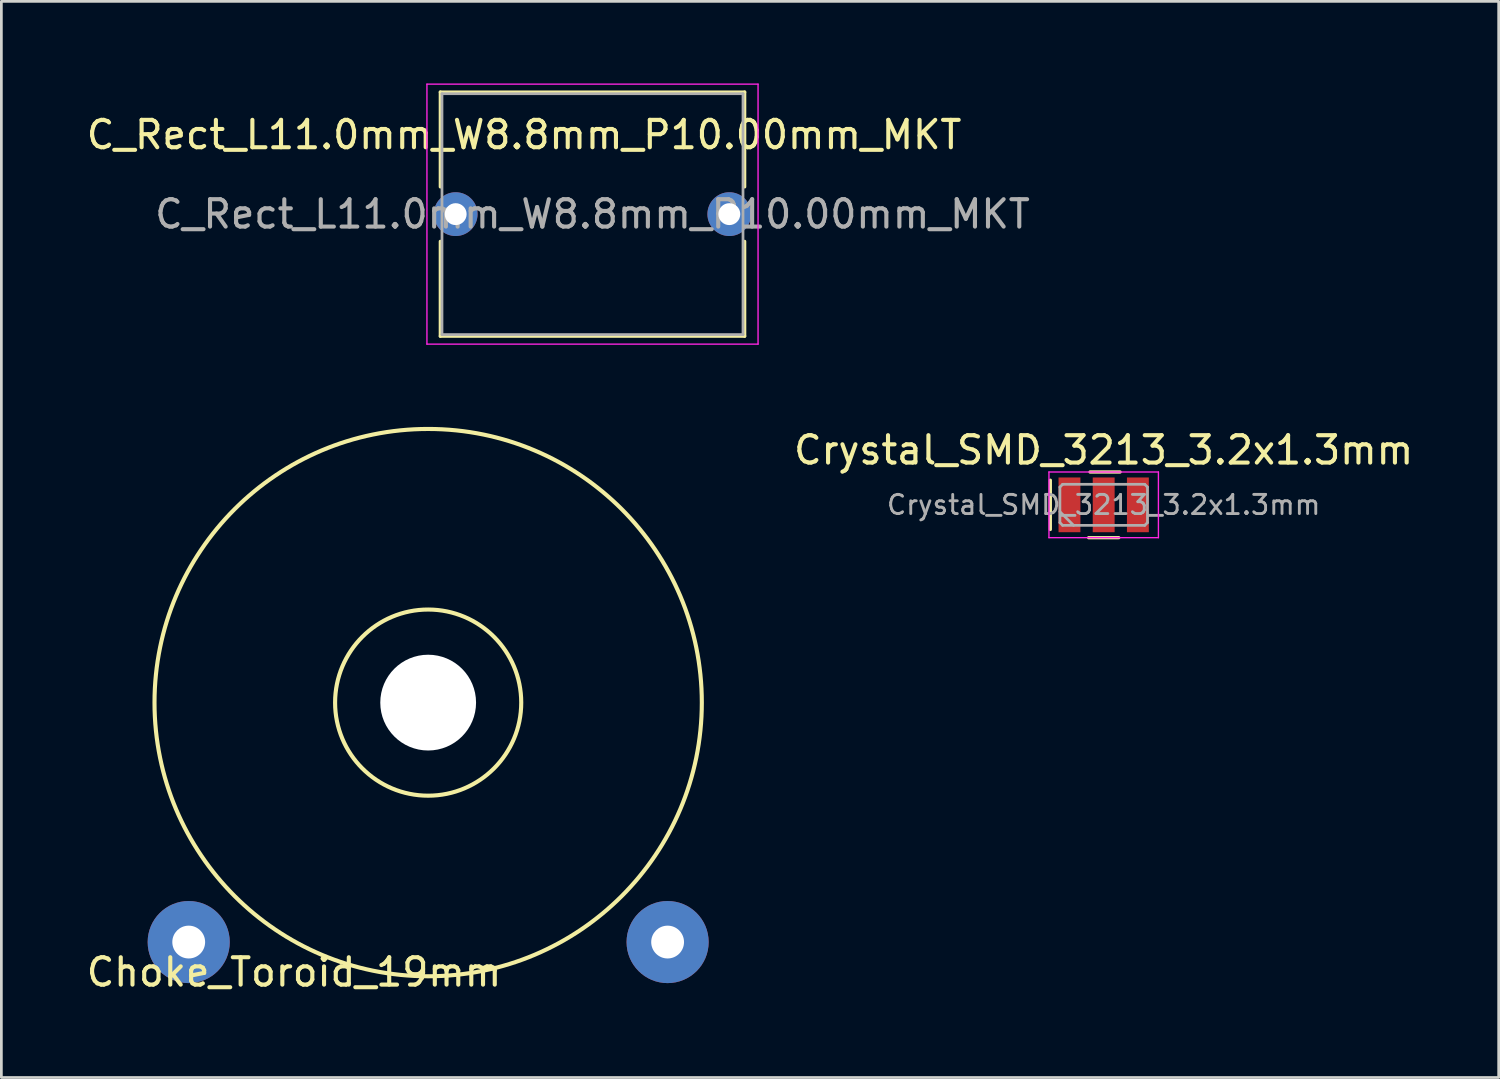
<source format=kicad_pcb>
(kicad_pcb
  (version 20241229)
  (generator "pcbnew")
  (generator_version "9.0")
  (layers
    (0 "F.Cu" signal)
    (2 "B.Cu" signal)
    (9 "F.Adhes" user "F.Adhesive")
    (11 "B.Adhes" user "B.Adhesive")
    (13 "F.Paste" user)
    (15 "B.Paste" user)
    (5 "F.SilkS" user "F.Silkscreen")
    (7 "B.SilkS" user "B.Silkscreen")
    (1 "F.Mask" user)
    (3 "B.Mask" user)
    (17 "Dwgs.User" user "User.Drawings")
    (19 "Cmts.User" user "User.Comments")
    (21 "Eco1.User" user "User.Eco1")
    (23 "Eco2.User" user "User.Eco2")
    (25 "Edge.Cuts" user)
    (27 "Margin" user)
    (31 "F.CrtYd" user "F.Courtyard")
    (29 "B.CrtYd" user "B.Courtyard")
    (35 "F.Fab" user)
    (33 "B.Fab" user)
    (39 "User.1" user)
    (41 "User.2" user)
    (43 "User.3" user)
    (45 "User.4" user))
  (footprint "Choke_Toroid_19mm"
    (layer "F.Cu")
    (at 12.596 22.625)
    (property "Reference" "Choke_Toroid_19mm" (at -4.9 9.85 0) (layer "F.SilkS") (effects (font (size 1 1) (thickness 0.15))))
    (attr through_hole)
    (fp_circle (center 0 0) (end 3.401 0) (stroke (width 0.15) (type solid)) (fill no) (layer "F.SilkS"))
    (fp_circle (center 0 0) (end 10 0) (stroke (width 0.15) (type solid)) (fill no) (layer "F.SilkS"))
    (pad "" np_thru_hole circle (at 0 0) (size 3.5 3.5) (drill 3.5) (layers "*.Mask" "F.Cu"))
    (pad "1" thru_hole circle (at -8.75 8.75) (size 3 3) (drill 1.199) (layers "*.Cu" "*.Mask"))
    (pad "2" thru_hole circle (at 8.75 8.75) (size 3 3) (drill 1.199) (layers "*.Cu" "*.Mask")))
  (footprint "C_Rect_L11.0mm_W8.8mm_P10.00mm_MKT"
    (layer "F.Cu")
    (at 13.601 4.775)
    (property "Reference" "C_Rect_L11.0mm_W8.8mm_P10.00mm_MKT" (at 2.5 -2.9 0) (layer "F.SilkS") (effects (font (size 1 1) (thickness 0.15))))
    (attr through_hole)
    (fp_line (start -0.56 -4.46) (end -0.56 -0.996) (stroke (width 0.12) (type solid)) (layer "F.SilkS"))
    (fp_line (start -0.56 -4.46) (end 10.56 -4.46) (stroke (width 0.12) (type solid)) (layer "F.SilkS"))
    (fp_line (start -0.56 0.996) (end -0.56 4.46) (stroke (width 0.12) (type solid)) (layer "F.SilkS"))
    (fp_line (start -0.56 4.46) (end 10.56 4.46) (stroke (width 0.12) (type solid)) (layer "F.SilkS"))
    (fp_line (start 10.56 -4.46) (end 10.56 -0.996) (stroke (width 0.12) (type solid)) (layer "F.SilkS"))
    (fp_line (start 10.56 0.996) (end 10.56 4.46) (stroke (width 0.12) (type solid)) (layer "F.SilkS"))
    (fp_line (start -1.05 -4.75) (end -1.05 4.75) (stroke (width 0.05) (type solid)) (layer "F.CrtYd"))
    (fp_line (start -1.05 4.75) (end 11.05 4.75) (stroke (width 0.05) (type solid)) (layer "F.CrtYd"))
    (fp_line (start 11.05 -4.75) (end -1.05 -4.75) (stroke (width 0.05) (type solid)) (layer "F.CrtYd"))
    (fp_line (start 11.05 4.75) (end 11.05 -4.75) (stroke (width 0.05) (type solid)) (layer "F.CrtYd"))
    (fp_line (start -0.5 -4.4) (end -0.5 4.4) (stroke (width 0.1) (type solid)) (layer "F.Fab"))
    (fp_line (start -0.5 4.4) (end 10.5 4.4) (stroke (width 0.1) (type solid)) (layer "F.Fab"))
    (fp_line (start 10.5 -4.4) (end -0.5 -4.4) (stroke (width 0.1) (type solid)) (layer "F.Fab"))
    (fp_line (start 10.5 4.4) (end 10.5 -4.4) (stroke (width 0.1) (type solid)) (layer "F.Fab"))
    (fp_text user "${REFERENCE}" (at 5 0 0) (layer "F.Fab") (effects (font (size 1 1) (thickness 0.15))))
    (pad "1" thru_hole circle (at 0 0) (size 1.6 1.6) (drill 0.8) (layers "*.Cu" "*.Mask"))
    (pad "2" thru_hole circle (at 10 0) (size 1.6 1.6) (drill 0.8) (layers "*.Cu" "*.Mask")))
  (footprint "Crystal_SMD_3213_3.2x1.3mm"
    (layer "F.Cu")
    (at 37.281 15.398)
    (property "Reference" "Crystal_SMD_3213_3.2x1.3mm" (at 0 -2 0) (layer "F.SilkS") (effects (font (size 1 1) (thickness 0.15))))
    (attr smd)
    (fp_line (start -1.95 -0.9) (end -1.95 0.9) (stroke (width 0.12) (type solid)) (layer "F.SilkS"))
    (fp_line (start -0.55 1.2) (end 0.55 1.2) (stroke (width 0.12) (type solid)) (layer "F.SilkS"))
    (fp_line (start -0.5 -1.2) (end 0.6 -1.2) (stroke (width 0.12) (type solid)) (layer "F.SilkS"))
    (fp_line (start -2 -1.2) (end -2 1.2) (stroke (width 0.05) (type solid)) (layer "F.CrtYd"))
    (fp_line (start -2 1.2) (end 2 1.2) (stroke (width 0.05) (type solid)) (layer "F.CrtYd"))
    (fp_line (start 2 -1.2) (end -2 -1.2) (stroke (width 0.05) (type solid)) (layer "F.CrtYd"))
    (fp_line (start 2 1.2) (end 2 -1.2) (stroke (width 0.05) (type solid)) (layer "F.CrtYd"))
    (fp_line (start -1.6 -0.65) (end -1.5 -0.75) (stroke (width 0.1) (type solid)) (layer "F.Fab"))
    (fp_line (start -1.6 0.25) (end -1.1 0.75) (stroke (width 0.1) (type solid)) (layer "F.Fab"))
    (fp_line (start -1.6 0.65) (end -1.6 -0.65) (stroke (width 0.1) (type solid)) (layer "F.Fab"))
    (fp_line (start -1.5 -0.75) (end 1.5 -0.75) (stroke (width 0.1) (type solid)) (layer "F.Fab"))
    (fp_line (start -1.5 0.75) (end -1.6 0.65) (stroke (width 0.1) (type solid)) (layer "F.Fab"))
    (fp_line (start 1.5 -0.75) (end 1.6 -0.65) (stroke (width 0.1) (type solid)) (layer "F.Fab"))
    (fp_line (start 1.5 0.75) (end -1.5 0.75) (stroke (width 0.1) (type solid)) (layer "F.Fab"))
    (fp_line (start 1.6 -0.65) (end 1.6 0.65) (stroke (width 0.1) (type solid)) (layer "F.Fab"))
    (fp_line (start 1.6 0.65) (end 1.5 0.75) (stroke (width 0.1) (type solid)) (layer "F.Fab"))
    (fp_text user "${REFERENCE}" (at 0 0 0) (layer "F.Fab") (effects (font (size 0.7 0.7) (thickness 0.105))))
    (pad "1" smd rect (at -1.25 0) (size 0.8 2) (layers "F.Cu" "F.Mask" "F.Paste"))
    (pad "2" smd rect (at 0 0) (size 0.8 2) (layers "F.Cu" "F.Mask" "F.Paste"))
    (pad "3" smd rect (at 1.25 0) (size 0.8 2) (layers "F.Cu" "F.Mask" "F.Paste")))
  (gr_rect
    (start -3 -3)
    (end 51.715 36.323)
    (stroke (width 0.1) (type default))
    (fill no)
    (layer "Edge.Cuts")))
</source>
